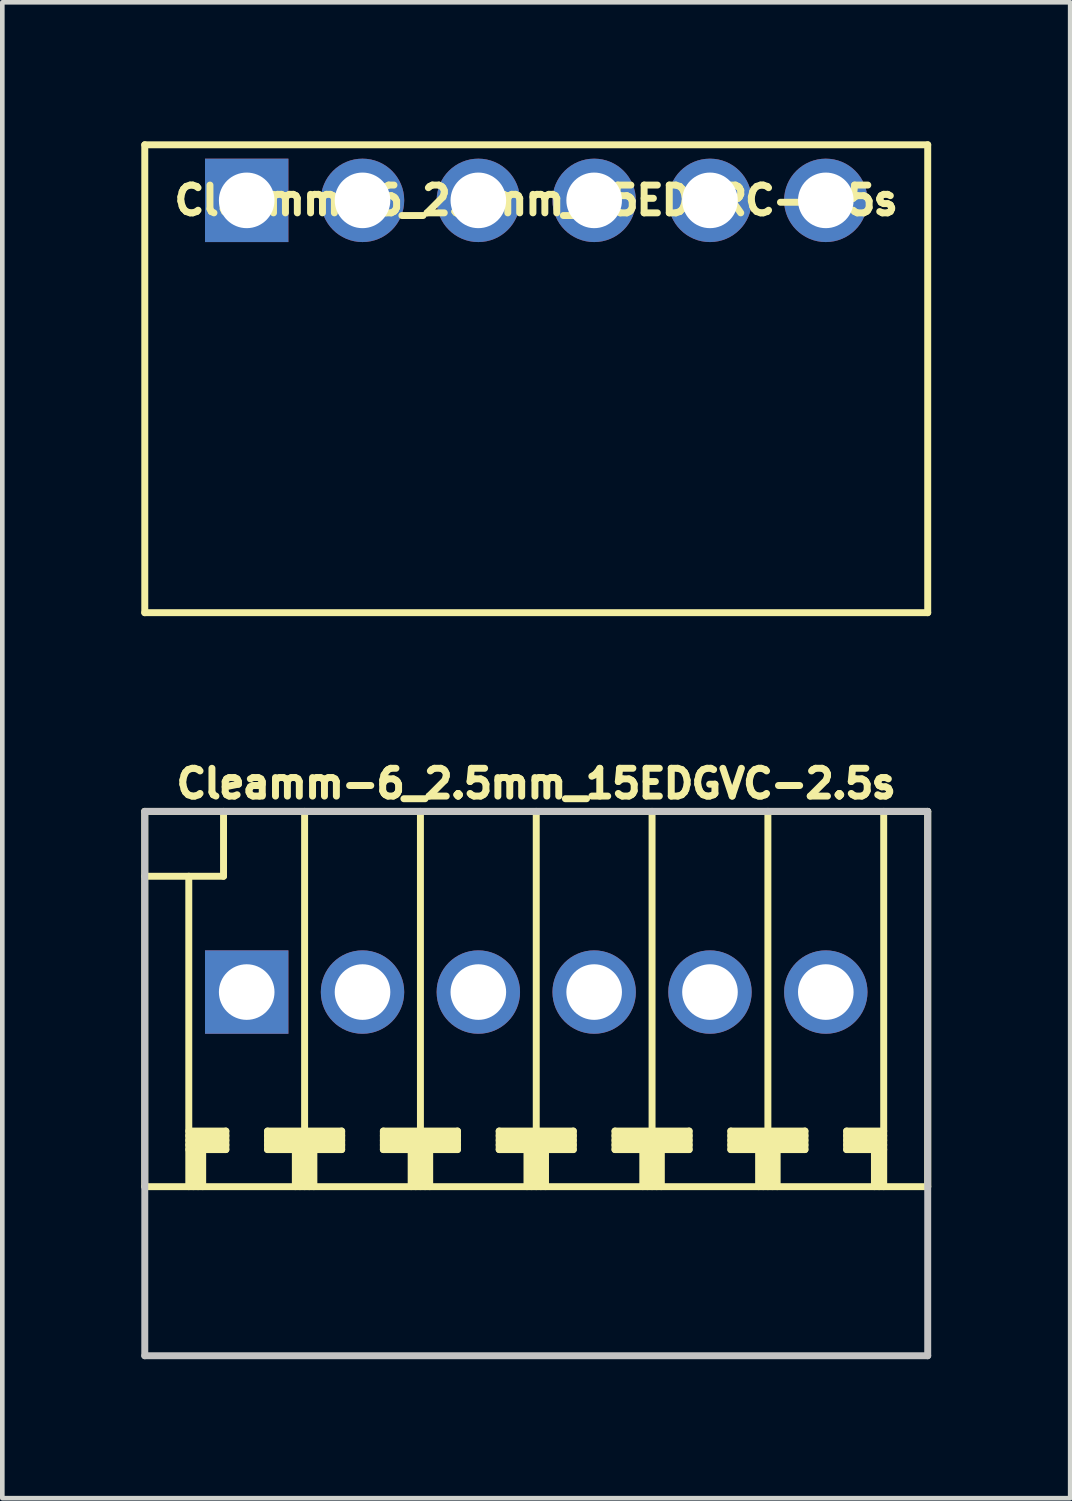
<source format=kicad_pcb>
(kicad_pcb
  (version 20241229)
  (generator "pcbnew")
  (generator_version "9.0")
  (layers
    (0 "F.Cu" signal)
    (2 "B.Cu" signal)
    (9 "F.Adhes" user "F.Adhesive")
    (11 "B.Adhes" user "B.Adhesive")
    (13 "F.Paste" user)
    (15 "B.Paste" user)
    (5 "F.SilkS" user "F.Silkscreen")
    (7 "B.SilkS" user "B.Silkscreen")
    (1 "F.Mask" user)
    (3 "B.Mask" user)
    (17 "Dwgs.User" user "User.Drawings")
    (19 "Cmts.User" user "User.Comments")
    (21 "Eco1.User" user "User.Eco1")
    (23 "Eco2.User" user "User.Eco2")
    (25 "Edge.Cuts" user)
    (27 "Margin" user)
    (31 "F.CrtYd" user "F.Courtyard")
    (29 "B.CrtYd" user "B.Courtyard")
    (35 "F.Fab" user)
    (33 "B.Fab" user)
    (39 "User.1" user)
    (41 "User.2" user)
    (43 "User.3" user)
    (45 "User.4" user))
  (footprint "Cleamm-6_2.5mm_15EDGVC-2.5s"
    (layer "F.Cu")
    (at 8.525 18.364)
    (property "Reference" "Cleamm-6_2.5mm_15EDGVC-2.5s" (at 0 -4.5 0) (layer "F.SilkS") (effects (font (size 0.6 0.6) (thickness 0.15))))
    (attr through_hole)
    (fp_line (start -8.45 -3.9) (end -8.45 4.2) (stroke (width 0.15) (type solid)) (layer "F.SilkS"))
    (fp_line (start -8.45 -2.5) (end -6.75 -2.5) (stroke (width 0.15) (type solid)) (layer "F.SilkS"))
    (fp_line (start -7.5 -2.5) (end -7.5 4.2) (stroke (width 0.15) (type solid)) (layer "F.SilkS"))
    (fp_line (start -7.5 3.2) (end -6.7 3.2) (stroke (width 0.15) (type solid)) (layer "F.SilkS"))
    (fp_line (start -7.5 3.3) (end -6.7 3.3) (stroke (width 0.15) (type solid)) (layer "F.SilkS"))
    (fp_line (start -7.5 3.4) (end -6.7 3.4) (stroke (width 0.15) (type solid)) (layer "F.SilkS"))
    (fp_line (start -7.4 4.2) (end -7.4 3.4) (stroke (width 0.15) (type solid)) (layer "F.SilkS"))
    (fp_line (start -7.3 3.4) (end -7.3 4.2) (stroke (width 0.15) (type solid)) (layer "F.SilkS"))
    (fp_line (start -7.2 4.2) (end -7.2 3.4) (stroke (width 0.15) (type solid)) (layer "F.SilkS"))
    (fp_line (start -6.75 -2.5) (end -6.75 -3.9) (stroke (width 0.15) (type solid)) (layer "F.SilkS"))
    (fp_line (start -6.7 3) (end -7.5 3) (stroke (width 0.15) (type solid)) (layer "F.SilkS"))
    (fp_line (start -6.7 3.1) (end -7.5 3.1) (stroke (width 0.15) (type solid)) (layer "F.SilkS"))
    (fp_line (start -6.7 3.4) (end -6.7 3) (stroke (width 0.15) (type solid)) (layer "F.SilkS"))
    (fp_line (start -5.8 3) (end -5.8 3.4) (stroke (width 0.15) (type solid)) (layer "F.SilkS"))
    (fp_line (start -5.8 3.2) (end -4.2 3.2) (stroke (width 0.15) (type solid)) (layer "F.SilkS"))
    (fp_line (start -5.8 3.4) (end -5.2 3.4) (stroke (width 0.15) (type solid)) (layer "F.SilkS"))
    (fp_line (start -5.2 4.2) (end -5.2 3.4) (stroke (width 0.15) (type solid)) (layer "F.SilkS"))
    (fp_line (start -5.1 4.2) (end -5.1 3.4) (stroke (width 0.15) (type solid)) (layer "F.SilkS"))
    (fp_line (start -5 4.2) (end -5 -3.9) (stroke (width 0.15) (type solid)) (layer "F.SilkS"))
    (fp_line (start -4.9 4.2) (end -4.9 3.4) (stroke (width 0.15) (type solid)) (layer "F.SilkS"))
    (fp_line (start -4.8 3.4) (end -4.2 3.4) (stroke (width 0.15) (type solid)) (layer "F.SilkS"))
    (fp_line (start -4.8 4.2) (end -4.8 3.4) (stroke (width 0.15) (type solid)) (layer "F.SilkS"))
    (fp_line (start -4.2 3) (end -5.8 3) (stroke (width 0.15) (type solid)) (layer "F.SilkS"))
    (fp_line (start -4.2 3.1) (end -5.8 3.1) (stroke (width 0.15) (type solid)) (layer "F.SilkS"))
    (fp_line (start -4.2 3.3) (end -5.8 3.3) (stroke (width 0.15) (type solid)) (layer "F.SilkS"))
    (fp_line (start -4.2 3.4) (end -4.2 3) (stroke (width 0.15) (type solid)) (layer "F.SilkS"))
    (fp_line (start -3.3 3) (end -3.3 3.4) (stroke (width 0.15) (type solid)) (layer "F.SilkS"))
    (fp_line (start -3.3 3.2) (end -1.7 3.2) (stroke (width 0.15) (type solid)) (layer "F.SilkS"))
    (fp_line (start -3.3 3.4) (end -2.7 3.4) (stroke (width 0.15) (type solid)) (layer "F.SilkS"))
    (fp_line (start -2.7 4.2) (end -2.7 3.4) (stroke (width 0.15) (type solid)) (layer "F.SilkS"))
    (fp_line (start -2.6 4.2) (end -2.6 3.4) (stroke (width 0.15) (type solid)) (layer "F.SilkS"))
    (fp_line (start -2.5 -3.9) (end -2.5 4.2) (stroke (width 0.15) (type solid)) (layer "F.SilkS"))
    (fp_line (start -2.4 4.2) (end -2.4 3.4) (stroke (width 0.15) (type solid)) (layer "F.SilkS"))
    (fp_line (start -2.3 3.4) (end -1.7 3.4) (stroke (width 0.15) (type solid)) (layer "F.SilkS"))
    (fp_line (start -2.3 4.2) (end -2.3 3.4) (stroke (width 0.15) (type solid)) (layer "F.SilkS"))
    (fp_line (start -1.7 3) (end -3.3 3) (stroke (width 0.15) (type solid)) (layer "F.SilkS"))
    (fp_line (start -1.7 3.1) (end -3.3 3.1) (stroke (width 0.15) (type solid)) (layer "F.SilkS"))
    (fp_line (start -1.7 3.3) (end -3.3 3.3) (stroke (width 0.15) (type solid)) (layer "F.SilkS"))
    (fp_line (start -1.7 3.4) (end -1.7 3) (stroke (width 0.15) (type solid)) (layer "F.SilkS"))
    (fp_line (start -0.8 3) (end -0.8 3.4) (stroke (width 0.15) (type solid)) (layer "F.SilkS"))
    (fp_line (start -0.8 3.2) (end 0.8 3.2) (stroke (width 0.15) (type solid)) (layer "F.SilkS"))
    (fp_line (start -0.8 3.4) (end -0.2 3.4) (stroke (width 0.15) (type solid)) (layer "F.SilkS"))
    (fp_line (start -0.2 4.2) (end -0.2 3.4) (stroke (width 0.15) (type solid)) (layer "F.SilkS"))
    (fp_line (start -0.1 4.2) (end -0.1 3.4) (stroke (width 0.15) (type solid)) (layer "F.SilkS"))
    (fp_line (start 0 -3.9) (end 0 4.2) (stroke (width 0.15) (type solid)) (layer "F.SilkS"))
    (fp_line (start 0.1 4.2) (end 0.1 3.4) (stroke (width 0.15) (type solid)) (layer "F.SilkS"))
    (fp_line (start 0.2 3.4) (end 0.8 3.4) (stroke (width 0.15) (type solid)) (layer "F.SilkS"))
    (fp_line (start 0.2 4.2) (end 0.2 3.4) (stroke (width 0.15) (type solid)) (layer "F.SilkS"))
    (fp_line (start 0.8 3) (end -0.8 3) (stroke (width 0.15) (type solid)) (layer "F.SilkS"))
    (fp_line (start 0.8 3.1) (end -0.8 3.1) (stroke (width 0.15) (type solid)) (layer "F.SilkS"))
    (fp_line (start 0.8 3.3) (end -0.8 3.3) (stroke (width 0.15) (type solid)) (layer "F.SilkS"))
    (fp_line (start 0.8 3.4) (end 0.8 3) (stroke (width 0.15) (type solid)) (layer "F.SilkS"))
    (fp_line (start 1.7 3) (end 1.7 3.4) (stroke (width 0.15) (type solid)) (layer "F.SilkS"))
    (fp_line (start 1.7 3.2) (end 3.3 3.2) (stroke (width 0.15) (type solid)) (layer "F.SilkS"))
    (fp_line (start 1.7 3.4) (end 2.3 3.4) (stroke (width 0.15) (type solid)) (layer "F.SilkS"))
    (fp_line (start 2.3 4.2) (end 2.3 3.4) (stroke (width 0.15) (type solid)) (layer "F.SilkS"))
    (fp_line (start 2.4 4.2) (end 2.4 3.4) (stroke (width 0.15) (type solid)) (layer "F.SilkS"))
    (fp_line (start 2.5 4.2) (end 2.5 -3.9) (stroke (width 0.15) (type solid)) (layer "F.SilkS"))
    (fp_line (start 2.6 4.2) (end 2.6 3.4) (stroke (width 0.15) (type solid)) (layer "F.SilkS"))
    (fp_line (start 2.7 3.4) (end 3.3 3.4) (stroke (width 0.15) (type solid)) (layer "F.SilkS"))
    (fp_line (start 2.7 4.2) (end 2.7 3.4) (stroke (width 0.15) (type solid)) (layer "F.SilkS"))
    (fp_line (start 3.3 3) (end 1.7 3) (stroke (width 0.15) (type solid)) (layer "F.SilkS"))
    (fp_line (start 3.3 3.1) (end 1.7 3.1) (stroke (width 0.15) (type solid)) (layer "F.SilkS"))
    (fp_line (start 3.3 3.3) (end 1.7 3.3) (stroke (width 0.15) (type solid)) (layer "F.SilkS"))
    (fp_line (start 3.3 3.4) (end 3.3 3) (stroke (width 0.15) (type solid)) (layer "F.SilkS"))
    (fp_line (start 4.2 3) (end 4.2 3.4) (stroke (width 0.15) (type solid)) (layer "F.SilkS"))
    (fp_line (start 4.2 3.2) (end 5.8 3.2) (stroke (width 0.15) (type solid)) (layer "F.SilkS"))
    (fp_line (start 4.2 3.4) (end 4.8 3.4) (stroke (width 0.15) (type solid)) (layer "F.SilkS"))
    (fp_line (start 4.8 4.2) (end 4.8 3.4) (stroke (width 0.15) (type solid)) (layer "F.SilkS"))
    (fp_line (start 4.9 4.2) (end 4.9 3.4) (stroke (width 0.15) (type solid)) (layer "F.SilkS"))
    (fp_line (start 5 4.2) (end 5 -3.9) (stroke (width 0.15) (type solid)) (layer "F.SilkS"))
    (fp_line (start 5.1 4.2) (end 5.1 3.4) (stroke (width 0.15) (type solid)) (layer "F.SilkS"))
    (fp_line (start 5.2 3.4) (end 5.8 3.4) (stroke (width 0.15) (type solid)) (layer "F.SilkS"))
    (fp_line (start 5.2 4.2) (end 5.2 3.4) (stroke (width 0.15) (type solid)) (layer "F.SilkS"))
    (fp_line (start 5.8 3) (end 4.2 3) (stroke (width 0.15) (type solid)) (layer "F.SilkS"))
    (fp_line (start 5.8 3.1) (end 4.2 3.1) (stroke (width 0.15) (type solid)) (layer "F.SilkS"))
    (fp_line (start 5.8 3.3) (end 4.2 3.3) (stroke (width 0.15) (type solid)) (layer "F.SilkS"))
    (fp_line (start 5.8 3.4) (end 5.8 3) (stroke (width 0.15) (type solid)) (layer "F.SilkS"))
    (fp_line (start 6.7 3) (end 7.5 3) (stroke (width 0.15) (type solid)) (layer "F.SilkS"))
    (fp_line (start 6.7 3.1) (end 7.5 3.1) (stroke (width 0.15) (type solid)) (layer "F.SilkS"))
    (fp_line (start 6.7 3.4) (end 6.7 3) (stroke (width 0.15) (type solid)) (layer "F.SilkS"))
    (fp_line (start 7.3 4.2) (end 7.3 3.4) (stroke (width 0.15) (type solid)) (layer "F.SilkS"))
    (fp_line (start 7.4 4.2) (end 7.4 3.4) (stroke (width 0.15) (type solid)) (layer "F.SilkS"))
    (fp_line (start 7.5 3.2) (end 6.7 3.2) (stroke (width 0.15) (type solid)) (layer "F.SilkS"))
    (fp_line (start 7.5 3.3) (end 6.7 3.3) (stroke (width 0.15) (type solid)) (layer "F.SilkS"))
    (fp_line (start 7.5 3.4) (end 6.7 3.4) (stroke (width 0.15) (type solid)) (layer "F.SilkS"))
    (fp_line (start 7.5 4.2) (end 7.5 -3.9) (stroke (width 0.15) (type solid)) (layer "F.SilkS"))
    (fp_line (start 8.45 -3.9) (end -8.45 -3.9) (stroke (width 0.15) (type solid)) (layer "F.SilkS"))
    (fp_line (start 8.45 -3.9) (end 8.45 4.2) (stroke (width 0.15) (type solid)) (layer "F.SilkS"))
    (fp_line (start 8.45 4.2) (end -8.45 4.2) (stroke (width 0.15) (type solid)) (layer "F.SilkS"))
    (fp_line (start -8.45 -3.9) (end -8.45 7.85) (stroke (width 0.15) (type solid)) (layer "Dwgs.User"))
    (fp_line (start -8.45 -3.9) (end 8.45 -3.9) (stroke (width 0.15) (type solid)) (layer "Dwgs.User"))
    (fp_line (start 8.45 7.85) (end -8.45 7.85) (stroke (width 0.15) (type solid)) (layer "Dwgs.User"))
    (fp_line (start 8.45 7.85) (end 8.45 -3.9) (stroke (width 0.15) (type solid)) (layer "Dwgs.User"))
    (pad "1" thru_hole rect (at -6.25 0) (size 1.8 1.8) (drill 1.2) (layers "*.Cu" "*.Mask"))
    (pad "2" thru_hole circle (at -3.75 0) (size 1.8 1.8) (drill 1.2) (layers "*.Cu" "*.Mask"))
    (pad "3" thru_hole circle (at -1.25 0) (size 1.8 1.8) (drill 1.2) (layers "*.Cu" "*.Mask"))
    (pad "4" thru_hole circle (at 1.25 0) (size 1.8 1.8) (drill 1.2) (layers "*.Cu" "*.Mask"))
    (pad "5" thru_hole circle (at 3.75 0) (size 1.8 1.8) (drill 1.2) (layers "*.Cu" "*.Mask"))
    (pad "6" thru_hole circle (at 6.25 0) (size 1.8 1.8) (drill 1.2) (layers "*.Cu" "*.Mask")))
  (footprint "Cleamm-6_2.5mm_15EDGRC-2.5s"
    (layer "F.Cu")
    (at 8.525 1.275)
    (property "Reference" "Cleamm-6_2.5mm_15EDGRC-2.5s" (at 0 0 0) (layer "F.SilkS") (effects (font (size 0.6 0.6) (thickness 0.15))))
    (attr through_hole)
    (fp_line (start -8.45 -1.2) (end -8.45 8.9) (stroke (width 0.15) (type solid)) (layer "F.SilkS"))
    (fp_line (start 8.45 -1.2) (end -8.45 -1.2) (stroke (width 0.15) (type solid)) (layer "F.SilkS"))
    (fp_line (start 8.45 -1.2) (end 8.45 8.9) (stroke (width 0.15) (type solid)) (layer "F.SilkS"))
    (fp_line (start 8.45 8.9) (end -8.45 8.9) (stroke (width 0.15) (type solid)) (layer "F.SilkS"))
    (pad "1" thru_hole rect (at -6.25 0) (size 1.8 1.8) (drill 1.2) (layers "*.Cu" "*.Mask"))
    (pad "2" thru_hole circle (at -3.75 0) (size 1.8 1.8) (drill 1.2) (layers "*.Cu" "*.Mask"))
    (pad "3" thru_hole circle (at -1.25 0) (size 1.8 1.8) (drill 1.2) (layers "*.Cu" "*.Mask"))
    (pad "4" thru_hole circle (at 1.25 0) (size 1.8 1.8) (drill 1.2) (layers "*.Cu" "*.Mask"))
    (pad "5" thru_hole circle (at 3.75 0) (size 1.8 1.8) (drill 1.2) (layers "*.Cu" "*.Mask"))
    (pad "6" thru_hole circle (at 6.25 0) (size 1.8 1.8) (drill 1.2) (layers "*.Cu" "*.Mask")))
  (gr_rect
    (start -3 -3)
    (end 20.05 29.289)
    (stroke (width 0.1) (type default))
    (fill no)
    (layer "Edge.Cuts")))
</source>
